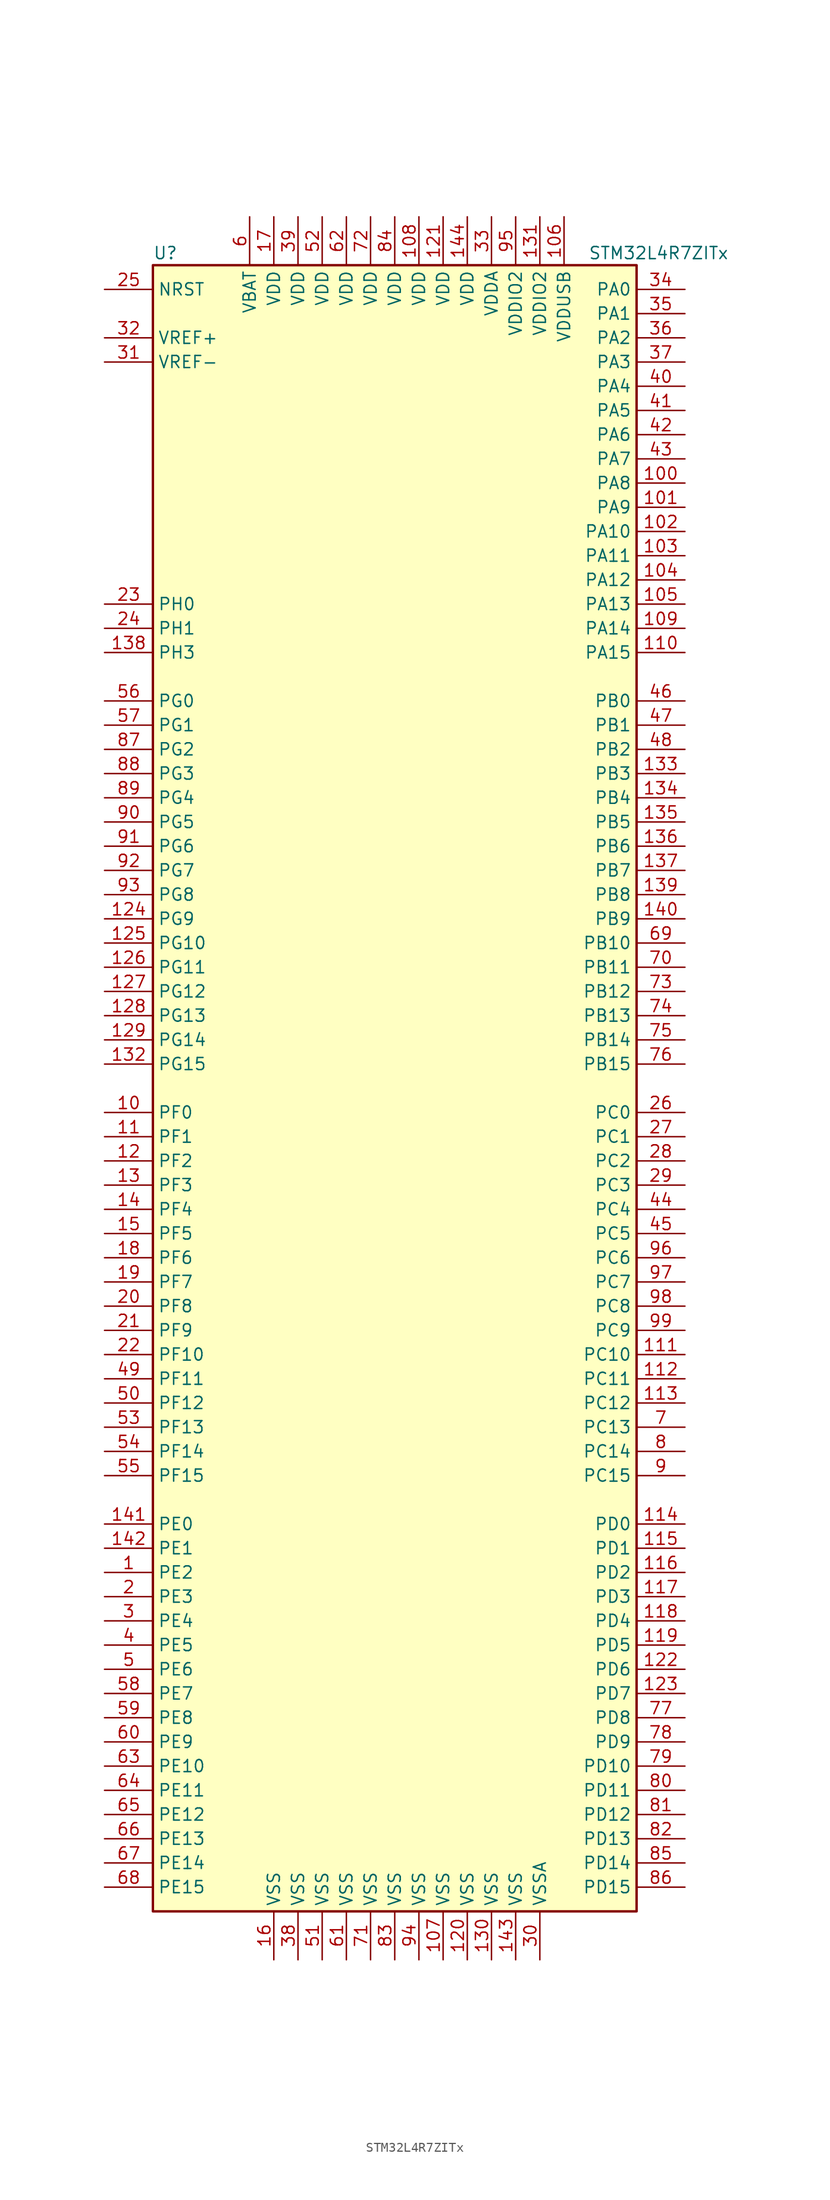
<source format=kicad_sym>
(kicad_symbol_lib
  (version 20211014)
  (generator kicad_symbol_editor)
  (symbol "STM32L4R7ZITx"
    (property "Reference" "U"
      (at -25.4 87.63 0)
      (effects (font (size 1.27 1.27)) (justify left)))
    (property "Value" "STM32L4R7ZITx"
      (at 20.32 87.63 0)
      (effects (font (size 1.27 1.27)) (justify left)))
    (symbol "STM32L4R7ZITx_0_1"
      (rectangle (start -25.4 -86.36) (end 25.4 86.36) (stroke (width 0.254) (type default) (color 0 0 0 0)) (fill (type background))))
    (symbol "STM32L4R7ZITx_1_1"
      (pin bidirectional line (at -30.48 -50.8 0) (length 5.08) (name "PE2" (effects (font (size 1.27 1.27)))) (number "1" (effects (font (size 1.27 1.27)))))
      (pin bidirectional line (at -30.48 -2.54 0) (length 5.08) (name "PF0" (effects (font (size 1.27 1.27)))) (number "10" (effects (font (size 1.27 1.27)))))
      (pin bidirectional line (at 30.48 63.5 180) (length 5.08) (name "PA8" (effects (font (size 1.27 1.27)))) (number "100" (effects (font (size 1.27 1.27)))))
      (pin bidirectional line (at 30.48 60.96 180) (length 5.08) (name "PA9" (effects (font (size 1.27 1.27)))) (number "101" (effects (font (size 1.27 1.27)))))
      (pin bidirectional line (at 30.48 58.42 180) (length 5.08) (name "PA10" (effects (font (size 1.27 1.27)))) (number "102" (effects (font (size 1.27 1.27)))))
      (pin bidirectional line (at 30.48 55.88 180) (length 5.08) (name "PA11" (effects (font (size 1.27 1.27)))) (number "103" (effects (font (size 1.27 1.27)))))
      (pin bidirectional line (at 30.48 53.34 180) (length 5.08) (name "PA12" (effects (font (size 1.27 1.27)))) (number "104" (effects (font (size 1.27 1.27)))))
      (pin bidirectional line (at 30.48 50.8 180) (length 5.08) (name "PA13" (effects (font (size 1.27 1.27)))) (number "105" (effects (font (size 1.27 1.27)))))
      (pin power_in line (at 17.78 91.44 270) (length 5.08) (name "VDDUSB" (effects (font (size 1.27 1.27)))) (number "106" (effects (font (size 1.27 1.27)))))
      (pin power_in line (at 5.08 -91.44 90) (length 5.08) (name "VSS" (effects (font (size 1.27 1.27)))) (number "107" (effects (font (size 1.27 1.27)))))
      (pin power_in line (at 2.54 91.44 270) (length 5.08) (name "VDD" (effects (font (size 1.27 1.27)))) (number "108" (effects (font (size 1.27 1.27)))))
      (pin bidirectional line (at 30.48 48.26 180) (length 5.08) (name "PA14" (effects (font (size 1.27 1.27)))) (number "109" (effects (font (size 1.27 1.27)))))
      (pin bidirectional line (at -30.48 -5.08 0) (length 5.08) (name "PF1" (effects (font (size 1.27 1.27)))) (number "11" (effects (font (size 1.27 1.27)))))
      (pin bidirectional line (at 30.48 45.72 180) (length 5.08) (name "PA15" (effects (font (size 1.27 1.27)))) (number "110" (effects (font (size 1.27 1.27)))))
      (pin bidirectional line (at 30.48 -27.94 180) (length 5.08) (name "PC10" (effects (font (size 1.27 1.27)))) (number "111" (effects (font (size 1.27 1.27)))))
      (pin bidirectional line (at 30.48 -30.48 180) (length 5.08) (name "PC11" (effects (font (size 1.27 1.27)))) (number "112" (effects (font (size 1.27 1.27)))))
      (pin bidirectional line (at 30.48 -33.02 180) (length 5.08) (name "PC12" (effects (font (size 1.27 1.27)))) (number "113" (effects (font (size 1.27 1.27)))))
      (pin bidirectional line (at 30.48 -45.72 180) (length 5.08) (name "PD0" (effects (font (size 1.27 1.27)))) (number "114" (effects (font (size 1.27 1.27)))))
      (pin bidirectional line (at 30.48 -48.26 180) (length 5.08) (name "PD1" (effects (font (size 1.27 1.27)))) (number "115" (effects (font (size 1.27 1.27)))))
      (pin bidirectional line (at 30.48 -50.8 180) (length 5.08) (name "PD2" (effects (font (size 1.27 1.27)))) (number "116" (effects (font (size 1.27 1.27)))))
      (pin bidirectional line (at 30.48 -53.34 180) (length 5.08) (name "PD3" (effects (font (size 1.27 1.27)))) (number "117" (effects (font (size 1.27 1.27)))))
      (pin bidirectional line (at 30.48 -55.88 180) (length 5.08) (name "PD4" (effects (font (size 1.27 1.27)))) (number "118" (effects (font (size 1.27 1.27)))))
      (pin bidirectional line (at 30.48 -58.42 180) (length 5.08) (name "PD5" (effects (font (size 1.27 1.27)))) (number "119" (effects (font (size 1.27 1.27)))))
      (pin bidirectional line (at -30.48 -7.62 0) (length 5.08) (name "PF2" (effects (font (size 1.27 1.27)))) (number "12" (effects (font (size 1.27 1.27)))))
      (pin power_in line (at 7.62 -91.44 90) (length 5.08) (name "VSS" (effects (font (size 1.27 1.27)))) (number "120" (effects (font (size 1.27 1.27)))))
      (pin power_in line (at 5.08 91.44 270) (length 5.08) (name "VDD" (effects (font (size 1.27 1.27)))) (number "121" (effects (font (size 1.27 1.27)))))
      (pin bidirectional line (at 30.48 -60.96 180) (length 5.08) (name "PD6" (effects (font (size 1.27 1.27)))) (number "122" (effects (font (size 1.27 1.27)))))
      (pin bidirectional line (at 30.48 -63.5 180) (length 5.08) (name "PD7" (effects (font (size 1.27 1.27)))) (number "123" (effects (font (size 1.27 1.27)))))
      (pin bidirectional line (at -30.48 17.78 0) (length 5.08) (name "PG9" (effects (font (size 1.27 1.27)))) (number "124" (effects (font (size 1.27 1.27)))))
      (pin bidirectional line (at -30.48 15.24 0) (length 5.08) (name "PG10" (effects (font (size 1.27 1.27)))) (number "125" (effects (font (size 1.27 1.27)))))
      (pin bidirectional line (at -30.48 12.7 0) (length 5.08) (name "PG11" (effects (font (size 1.27 1.27)))) (number "126" (effects (font (size 1.27 1.27)))))
      (pin bidirectional line (at -30.48 10.16 0) (length 5.08) (name "PG12" (effects (font (size 1.27 1.27)))) (number "127" (effects (font (size 1.27 1.27)))))
      (pin bidirectional line (at -30.48 7.62 0) (length 5.08) (name "PG13" (effects (font (size 1.27 1.27)))) (number "128" (effects (font (size 1.27 1.27)))))
      (pin bidirectional line (at -30.48 5.08 0) (length 5.08) (name "PG14" (effects (font (size 1.27 1.27)))) (number "129" (effects (font (size 1.27 1.27)))))
      (pin bidirectional line (at -30.48 -10.16 0) (length 5.08) (name "PF3" (effects (font (size 1.27 1.27)))) (number "13" (effects (font (size 1.27 1.27)))))
      (pin power_in line (at 10.16 -91.44 90) (length 5.08) (name "VSS" (effects (font (size 1.27 1.27)))) (number "130" (effects (font (size 1.27 1.27)))))
      (pin power_in line (at 15.24 91.44 270) (length 5.08) (name "VDDIO2" (effects (font (size 1.27 1.27)))) (number "131" (effects (font (size 1.27 1.27)))))
      (pin bidirectional line (at -30.48 2.54 0) (length 5.08) (name "PG15" (effects (font (size 1.27 1.27)))) (number "132" (effects (font (size 1.27 1.27)))))
      (pin bidirectional line (at 30.48 33.02 180) (length 5.08) (name "PB3" (effects (font (size 1.27 1.27)))) (number "133" (effects (font (size 1.27 1.27)))))
      (pin bidirectional line (at 30.48 30.48 180) (length 5.08) (name "PB4" (effects (font (size 1.27 1.27)))) (number "134" (effects (font (size 1.27 1.27)))))
      (pin bidirectional line (at 30.48 27.94 180) (length 5.08) (name "PB5" (effects (font (size 1.27 1.27)))) (number "135" (effects (font (size 1.27 1.27)))))
      (pin bidirectional line (at 30.48 25.4 180) (length 5.08) (name "PB6" (effects (font (size 1.27 1.27)))) (number "136" (effects (font (size 1.27 1.27)))))
      (pin bidirectional line (at 30.48 22.86 180) (length 5.08) (name "PB7" (effects (font (size 1.27 1.27)))) (number "137" (effects (font (size 1.27 1.27)))))
      (pin bidirectional line (at -30.48 45.72 0) (length 5.08) (name "PH3" (effects (font (size 1.27 1.27)))) (number "138" (effects (font (size 1.27 1.27)))))
      (pin bidirectional line (at 30.48 20.32 180) (length 5.08) (name "PB8" (effects (font (size 1.27 1.27)))) (number "139" (effects (font (size 1.27 1.27)))))
      (pin bidirectional line (at -30.48 -12.7 0) (length 5.08) (name "PF4" (effects (font (size 1.27 1.27)))) (number "14" (effects (font (size 1.27 1.27)))))
      (pin bidirectional line (at 30.48 17.78 180) (length 5.08) (name "PB9" (effects (font (size 1.27 1.27)))) (number "140" (effects (font (size 1.27 1.27)))))
      (pin bidirectional line (at -30.48 -45.72 0) (length 5.08) (name "PE0" (effects (font (size 1.27 1.27)))) (number "141" (effects (font (size 1.27 1.27)))))
      (pin bidirectional line (at -30.48 -48.26 0) (length 5.08) (name "PE1" (effects (font (size 1.27 1.27)))) (number "142" (effects (font (size 1.27 1.27)))))
      (pin power_in line (at 12.7 -91.44 90) (length 5.08) (name "VSS" (effects (font (size 1.27 1.27)))) (number "143" (effects (font (size 1.27 1.27)))))
      (pin power_in line (at 7.62 91.44 270) (length 5.08) (name "VDD" (effects (font (size 1.27 1.27)))) (number "144" (effects (font (size 1.27 1.27)))))
      (pin bidirectional line (at -30.48 -15.24 0) (length 5.08) (name "PF5" (effects (font (size 1.27 1.27)))) (number "15" (effects (font (size 1.27 1.27)))))
      (pin power_in line (at -12.7 -91.44 90) (length 5.08) (name "VSS" (effects (font (size 1.27 1.27)))) (number "16" (effects (font (size 1.27 1.27)))))
      (pin power_in line (at -12.7 91.44 270) (length 5.08) (name "VDD" (effects (font (size 1.27 1.27)))) (number "17" (effects (font (size 1.27 1.27)))))
      (pin bidirectional line (at -30.48 -17.78 0) (length 5.08) (name "PF6" (effects (font (size 1.27 1.27)))) (number "18" (effects (font (size 1.27 1.27)))))
      (pin bidirectional line (at -30.48 -20.32 0) (length 5.08) (name "PF7" (effects (font (size 1.27 1.27)))) (number "19" (effects (font (size 1.27 1.27)))))
      (pin bidirectional line (at -30.48 -53.34 0) (length 5.08) (name "PE3" (effects (font (size 1.27 1.27)))) (number "2" (effects (font (size 1.27 1.27)))))
      (pin bidirectional line (at -30.48 -22.86 0) (length 5.08) (name "PF8" (effects (font (size 1.27 1.27)))) (number "20" (effects (font (size 1.27 1.27)))))
      (pin bidirectional line (at -30.48 -25.4 0) (length 5.08) (name "PF9" (effects (font (size 1.27 1.27)))) (number "21" (effects (font (size 1.27 1.27)))))
      (pin bidirectional line (at -30.48 -27.94 0) (length 5.08) (name "PF10" (effects (font (size 1.27 1.27)))) (number "22" (effects (font (size 1.27 1.27)))))
      (pin input line (at -30.48 50.8 0) (length 5.08) (name "PH0" (effects (font (size 1.27 1.27)))) (number "23" (effects (font (size 1.27 1.27)))))
      (pin input line (at -30.48 48.26 0) (length 5.08) (name "PH1" (effects (font (size 1.27 1.27)))) (number "24" (effects (font (size 1.27 1.27)))))
      (pin input line (at -30.48 83.82 0) (length 5.08) (name "NRST" (effects (font (size 1.27 1.27)))) (number "25" (effects (font (size 1.27 1.27)))))
      (pin bidirectional line (at 30.48 -2.54 180) (length 5.08) (name "PC0" (effects (font (size 1.27 1.27)))) (number "26" (effects (font (size 1.27 1.27)))))
      (pin bidirectional line (at 30.48 -5.08 180) (length 5.08) (name "PC1" (effects (font (size 1.27 1.27)))) (number "27" (effects (font (size 1.27 1.27)))))
      (pin bidirectional line (at 30.48 -7.62 180) (length 5.08) (name "PC2" (effects (font (size 1.27 1.27)))) (number "28" (effects (font (size 1.27 1.27)))))
      (pin bidirectional line (at 30.48 -10.16 180) (length 5.08) (name "PC3" (effects (font (size 1.27 1.27)))) (number "29" (effects (font (size 1.27 1.27)))))
      (pin bidirectional line (at -30.48 -55.88 0) (length 5.08) (name "PE4" (effects (font (size 1.27 1.27)))) (number "3" (effects (font (size 1.27 1.27)))))
      (pin power_in line (at 15.24 -91.44 90) (length 5.08) (name "VSSA" (effects (font (size 1.27 1.27)))) (number "30" (effects (font (size 1.27 1.27)))))
      (pin power_in line (at -30.48 76.2 0) (length 5.08) (name "VREF-" (effects (font (size 1.27 1.27)))) (number "31" (effects (font (size 1.27 1.27)))))
      (pin bidirectional line (at -30.48 78.74 0) (length 5.08) (name "VREF+" (effects (font (size 1.27 1.27)))) (number "32" (effects (font (size 1.27 1.27)))))
      (pin power_in line (at 10.16 91.44 270) (length 5.08) (name "VDDA" (effects (font (size 1.27 1.27)))) (number "33" (effects (font (size 1.27 1.27)))))
      (pin bidirectional line (at 30.48 83.82 180) (length 5.08) (name "PA0" (effects (font (size 1.27 1.27)))) (number "34" (effects (font (size 1.27 1.27)))))
      (pin bidirectional line (at 30.48 81.28 180) (length 5.08) (name "PA1" (effects (font (size 1.27 1.27)))) (number "35" (effects (font (size 1.27 1.27)))))
      (pin bidirectional line (at 30.48 78.74 180) (length 5.08) (name "PA2" (effects (font (size 1.27 1.27)))) (number "36" (effects (font (size 1.27 1.27)))))
      (pin bidirectional line (at 30.48 76.2 180) (length 5.08) (name "PA3" (effects (font (size 1.27 1.27)))) (number "37" (effects (font (size 1.27 1.27)))))
      (pin power_in line (at -10.16 -91.44 90) (length 5.08) (name "VSS" (effects (font (size 1.27 1.27)))) (number "38" (effects (font (size 1.27 1.27)))))
      (pin power_in line (at -10.16 91.44 270) (length 5.08) (name "VDD" (effects (font (size 1.27 1.27)))) (number "39" (effects (font (size 1.27 1.27)))))
      (pin bidirectional line (at -30.48 -58.42 0) (length 5.08) (name "PE5" (effects (font (size 1.27 1.27)))) (number "4" (effects (font (size 1.27 1.27)))))
      (pin bidirectional line (at 30.48 73.66 180) (length 5.08) (name "PA4" (effects (font (size 1.27 1.27)))) (number "40" (effects (font (size 1.27 1.27)))))
      (pin bidirectional line (at 30.48 71.12 180) (length 5.08) (name "PA5" (effects (font (size 1.27 1.27)))) (number "41" (effects (font (size 1.27 1.27)))))
      (pin bidirectional line (at 30.48 68.58 180) (length 5.08) (name "PA6" (effects (font (size 1.27 1.27)))) (number "42" (effects (font (size 1.27 1.27)))))
      (pin bidirectional line (at 30.48 66.04 180) (length 5.08) (name "PA7" (effects (font (size 1.27 1.27)))) (number "43" (effects (font (size 1.27 1.27)))))
      (pin bidirectional line (at 30.48 -12.7 180) (length 5.08) (name "PC4" (effects (font (size 1.27 1.27)))) (number "44" (effects (font (size 1.27 1.27)))))
      (pin bidirectional line (at 30.48 -15.24 180) (length 5.08) (name "PC5" (effects (font (size 1.27 1.27)))) (number "45" (effects (font (size 1.27 1.27)))))
      (pin bidirectional line (at 30.48 40.64 180) (length 5.08) (name "PB0" (effects (font (size 1.27 1.27)))) (number "46" (effects (font (size 1.27 1.27)))))
      (pin bidirectional line (at 30.48 38.1 180) (length 5.08) (name "PB1" (effects (font (size 1.27 1.27)))) (number "47" (effects (font (size 1.27 1.27)))))
      (pin bidirectional line (at 30.48 35.56 180) (length 5.08) (name "PB2" (effects (font (size 1.27 1.27)))) (number "48" (effects (font (size 1.27 1.27)))))
      (pin bidirectional line (at -30.48 -30.48 0) (length 5.08) (name "PF11" (effects (font (size 1.27 1.27)))) (number "49" (effects (font (size 1.27 1.27)))))
      (pin bidirectional line (at -30.48 -60.96 0) (length 5.08) (name "PE6" (effects (font (size 1.27 1.27)))) (number "5" (effects (font (size 1.27 1.27)))))
      (pin bidirectional line (at -30.48 -33.02 0) (length 5.08) (name "PF12" (effects (font (size 1.27 1.27)))) (number "50" (effects (font (size 1.27 1.27)))))
      (pin power_in line (at -7.62 -91.44 90) (length 5.08) (name "VSS" (effects (font (size 1.27 1.27)))) (number "51" (effects (font (size 1.27 1.27)))))
      (pin power_in line (at -7.62 91.44 270) (length 5.08) (name "VDD" (effects (font (size 1.27 1.27)))) (number "52" (effects (font (size 1.27 1.27)))))
      (pin bidirectional line (at -30.48 -35.56 0) (length 5.08) (name "PF13" (effects (font (size 1.27 1.27)))) (number "53" (effects (font (size 1.27 1.27)))))
      (pin bidirectional line (at -30.48 -38.1 0) (length 5.08) (name "PF14" (effects (font (size 1.27 1.27)))) (number "54" (effects (font (size 1.27 1.27)))))
      (pin bidirectional line (at -30.48 -40.64 0) (length 5.08) (name "PF15" (effects (font (size 1.27 1.27)))) (number "55" (effects (font (size 1.27 1.27)))))
      (pin bidirectional line (at -30.48 40.64 0) (length 5.08) (name "PG0" (effects (font (size 1.27 1.27)))) (number "56" (effects (font (size 1.27 1.27)))))
      (pin bidirectional line (at -30.48 38.1 0) (length 5.08) (name "PG1" (effects (font (size 1.27 1.27)))) (number "57" (effects (font (size 1.27 1.27)))))
      (pin bidirectional line (at -30.48 -63.5 0) (length 5.08) (name "PE7" (effects (font (size 1.27 1.27)))) (number "58" (effects (font (size 1.27 1.27)))))
      (pin bidirectional line (at -30.48 -66.04 0) (length 5.08) (name "PE8" (effects (font (size 1.27 1.27)))) (number "59" (effects (font (size 1.27 1.27)))))
      (pin power_in line (at -15.24 91.44 270) (length 5.08) (name "VBAT" (effects (font (size 1.27 1.27)))) (number "6" (effects (font (size 1.27 1.27)))))
      (pin bidirectional line (at -30.48 -68.58 0) (length 5.08) (name "PE9" (effects (font (size 1.27 1.27)))) (number "60" (effects (font (size 1.27 1.27)))))
      (pin power_in line (at -5.08 -91.44 90) (length 5.08) (name "VSS" (effects (font (size 1.27 1.27)))) (number "61" (effects (font (size 1.27 1.27)))))
      (pin power_in line (at -5.08 91.44 270) (length 5.08) (name "VDD" (effects (font (size 1.27 1.27)))) (number "62" (effects (font (size 1.27 1.27)))))
      (pin bidirectional line (at -30.48 -71.12 0) (length 5.08) (name "PE10" (effects (font (size 1.27 1.27)))) (number "63" (effects (font (size 1.27 1.27)))))
      (pin bidirectional line (at -30.48 -73.66 0) (length 5.08) (name "PE11" (effects (font (size 1.27 1.27)))) (number "64" (effects (font (size 1.27 1.27)))))
      (pin bidirectional line (at -30.48 -76.2 0) (length 5.08) (name "PE12" (effects (font (size 1.27 1.27)))) (number "65" (effects (font (size 1.27 1.27)))))
      (pin bidirectional line (at -30.48 -78.74 0) (length 5.08) (name "PE13" (effects (font (size 1.27 1.27)))) (number "66" (effects (font (size 1.27 1.27)))))
      (pin bidirectional line (at -30.48 -81.28 0) (length 5.08) (name "PE14" (effects (font (size 1.27 1.27)))) (number "67" (effects (font (size 1.27 1.27)))))
      (pin bidirectional line (at -30.48 -83.82 0) (length 5.08) (name "PE15" (effects (font (size 1.27 1.27)))) (number "68" (effects (font (size 1.27 1.27)))))
      (pin bidirectional line (at 30.48 15.24 180) (length 5.08) (name "PB10" (effects (font (size 1.27 1.27)))) (number "69" (effects (font (size 1.27 1.27)))))
      (pin bidirectional line (at 30.48 -35.56 180) (length 5.08) (name "PC13" (effects (font (size 1.27 1.27)))) (number "7" (effects (font (size 1.27 1.27)))))
      (pin bidirectional line (at 30.48 12.7 180) (length 5.08) (name "PB11" (effects (font (size 1.27 1.27)))) (number "70" (effects (font (size 1.27 1.27)))))
      (pin power_in line (at -2.54 -91.44 90) (length 5.08) (name "VSS" (effects (font (size 1.27 1.27)))) (number "71" (effects (font (size 1.27 1.27)))))
      (pin power_in line (at -2.54 91.44 270) (length 5.08) (name "VDD" (effects (font (size 1.27 1.27)))) (number "72" (effects (font (size 1.27 1.27)))))
      (pin bidirectional line (at 30.48 10.16 180) (length 5.08) (name "PB12" (effects (font (size 1.27 1.27)))) (number "73" (effects (font (size 1.27 1.27)))))
      (pin bidirectional line (at 30.48 7.62 180) (length 5.08) (name "PB13" (effects (font (size 1.27 1.27)))) (number "74" (effects (font (size 1.27 1.27)))))
      (pin bidirectional line (at 30.48 5.08 180) (length 5.08) (name "PB14" (effects (font (size 1.27 1.27)))) (number "75" (effects (font (size 1.27 1.27)))))
      (pin bidirectional line (at 30.48 2.54 180) (length 5.08) (name "PB15" (effects (font (size 1.27 1.27)))) (number "76" (effects (font (size 1.27 1.27)))))
      (pin bidirectional line (at 30.48 -66.04 180) (length 5.08) (name "PD8" (effects (font (size 1.27 1.27)))) (number "77" (effects (font (size 1.27 1.27)))))
      (pin bidirectional line (at 30.48 -68.58 180) (length 5.08) (name "PD9" (effects (font (size 1.27 1.27)))) (number "78" (effects (font (size 1.27 1.27)))))
      (pin bidirectional line (at 30.48 -71.12 180) (length 5.08) (name "PD10" (effects (font (size 1.27 1.27)))) (number "79" (effects (font (size 1.27 1.27)))))
      (pin bidirectional line (at 30.48 -38.1 180) (length 5.08) (name "PC14" (effects (font (size 1.27 1.27)))) (number "8" (effects (font (size 1.27 1.27)))))
      (pin bidirectional line (at 30.48 -73.66 180) (length 5.08) (name "PD11" (effects (font (size 1.27 1.27)))) (number "80" (effects (font (size 1.27 1.27)))))
      (pin bidirectional line (at 30.48 -76.2 180) (length 5.08) (name "PD12" (effects (font (size 1.27 1.27)))) (number "81" (effects (font (size 1.27 1.27)))))
      (pin bidirectional line (at 30.48 -78.74 180) (length 5.08) (name "PD13" (effects (font (size 1.27 1.27)))) (number "82" (effects (font (size 1.27 1.27)))))
      (pin power_in line (at 0 -91.44 90) (length 5.08) (name "VSS" (effects (font (size 1.27 1.27)))) (number "83" (effects (font (size 1.27 1.27)))))
      (pin power_in line (at 0 91.44 270) (length 5.08) (name "VDD" (effects (font (size 1.27 1.27)))) (number "84" (effects (font (size 1.27 1.27)))))
      (pin bidirectional line (at 30.48 -81.28 180) (length 5.08) (name "PD14" (effects (font (size 1.27 1.27)))) (number "85" (effects (font (size 1.27 1.27)))))
      (pin bidirectional line (at 30.48 -83.82 180) (length 5.08) (name "PD15" (effects (font (size 1.27 1.27)))) (number "86" (effects (font (size 1.27 1.27)))))
      (pin bidirectional line (at -30.48 35.56 0) (length 5.08) (name "PG2" (effects (font (size 1.27 1.27)))) (number "87" (effects (font (size 1.27 1.27)))))
      (pin bidirectional line (at -30.48 33.02 0) (length 5.08) (name "PG3" (effects (font (size 1.27 1.27)))) (number "88" (effects (font (size 1.27 1.27)))))
      (pin bidirectional line (at -30.48 30.48 0) (length 5.08) (name "PG4" (effects (font (size 1.27 1.27)))) (number "89" (effects (font (size 1.27 1.27)))))
      (pin bidirectional line (at 30.48 -40.64 180) (length 5.08) (name "PC15" (effects (font (size 1.27 1.27)))) (number "9" (effects (font (size 1.27 1.27)))))
      (pin bidirectional line (at -30.48 27.94 0) (length 5.08) (name "PG5" (effects (font (size 1.27 1.27)))) (number "90" (effects (font (size 1.27 1.27)))))
      (pin bidirectional line (at -30.48 25.4 0) (length 5.08) (name "PG6" (effects (font (size 1.27 1.27)))) (number "91" (effects (font (size 1.27 1.27)))))
      (pin bidirectional line (at -30.48 22.86 0) (length 5.08) (name "PG7" (effects (font (size 1.27 1.27)))) (number "92" (effects (font (size 1.27 1.27)))))
      (pin bidirectional line (at -30.48 20.32 0) (length 5.08) (name "PG8" (effects (font (size 1.27 1.27)))) (number "93" (effects (font (size 1.27 1.27)))))
      (pin power_in line (at 2.54 -91.44 90) (length 5.08) (name "VSS" (effects (font (size 1.27 1.27)))) (number "94" (effects (font (size 1.27 1.27)))))
      (pin power_in line (at 12.7 91.44 270) (length 5.08) (name "VDDIO2" (effects (font (size 1.27 1.27)))) (number "95" (effects (font (size 1.27 1.27)))))
      (pin bidirectional line (at 30.48 -17.78 180) (length 5.08) (name "PC6" (effects (font (size 1.27 1.27)))) (number "96" (effects (font (size 1.27 1.27)))))
      (pin bidirectional line (at 30.48 -20.32 180) (length 5.08) (name "PC7" (effects (font (size 1.27 1.27)))) (number "97" (effects (font (size 1.27 1.27)))))
      (pin bidirectional line (at 30.48 -22.86 180) (length 5.08) (name "PC8" (effects (font (size 1.27 1.27)))) (number "98" (effects (font (size 1.27 1.27)))))
      (pin bidirectional line (at 30.48 -25.4 180) (length 5.08) (name "PC9" (effects (font (size 1.27 1.27)))) (number "99" (effects (font (size 1.27 1.27))))))))
</source>
